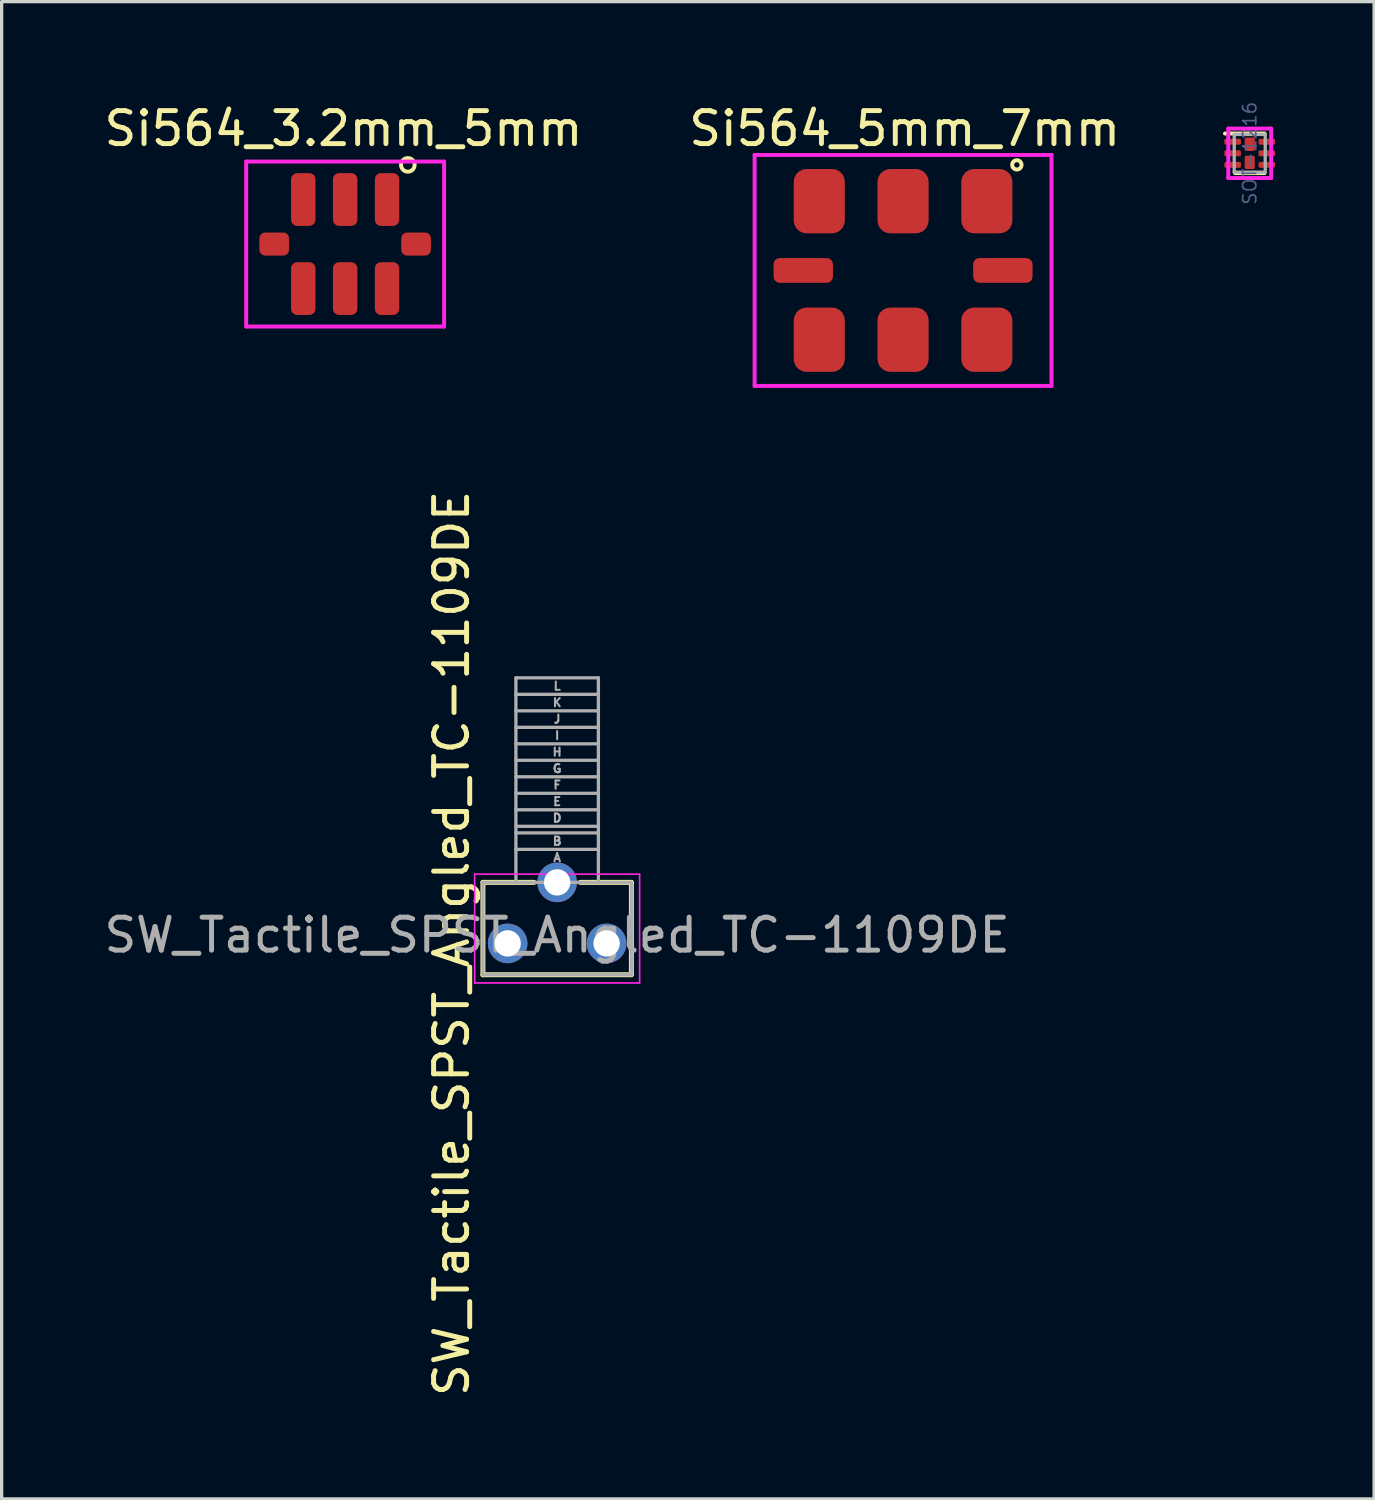
<source format=kicad_pcb>
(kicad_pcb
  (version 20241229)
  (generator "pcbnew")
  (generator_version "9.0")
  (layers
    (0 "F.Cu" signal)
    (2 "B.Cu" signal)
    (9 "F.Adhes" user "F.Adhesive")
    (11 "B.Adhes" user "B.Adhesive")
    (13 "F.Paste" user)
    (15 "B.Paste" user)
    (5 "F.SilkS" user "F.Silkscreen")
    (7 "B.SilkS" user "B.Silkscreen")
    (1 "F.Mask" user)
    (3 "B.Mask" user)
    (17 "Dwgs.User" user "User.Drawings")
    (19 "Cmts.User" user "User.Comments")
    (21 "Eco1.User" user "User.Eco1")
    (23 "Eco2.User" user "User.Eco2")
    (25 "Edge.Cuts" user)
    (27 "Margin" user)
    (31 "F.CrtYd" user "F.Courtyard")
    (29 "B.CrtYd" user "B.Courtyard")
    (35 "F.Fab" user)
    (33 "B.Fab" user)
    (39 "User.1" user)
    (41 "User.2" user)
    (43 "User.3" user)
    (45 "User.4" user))
  (footprint "Si564_3.2mm_5mm"
    (layer "F.Cu")
    (at 7.413 4.348)
    (property "Reference" "Si564_3.2mm_5mm" (at -0.05 -3.5 0) (layer "F.SilkS") (effects (font (size 1 1) (thickness 0.15))))
    (attr through_hole)
    (fp_circle (center 1.9 -2.4) (end 2.1 -2.45) (stroke (width 0.12) (type solid)) (fill no) (layer "F.SilkS"))
    (fp_line (start -3 -2.5) (end -3 2.5) (stroke (width 0.12) (type solid)) (layer "F.CrtYd"))
    (fp_line (start -3 2.5) (end 3 2.5) (stroke (width 0.12) (type solid)) (layer "F.CrtYd"))
    (fp_line (start 3 -2.5) (end -3 -2.5) (stroke (width 0.12) (type solid)) (layer "F.CrtYd"))
    (fp_line (start 3 2.5) (end 3 -2.5) (stroke (width 0.12) (type solid)) (layer "F.CrtYd"))
    (pad "1" smd roundrect (at 1.27 -1.35 90) (size 1.6 0.74) (layers "F.Cu" "F.Mask" "F.Paste") (roundrect_rratio 0.25))
    (pad "2" smd roundrect (at 0 -1.35 90) (size 1.6 0.74) (layers "F.Cu" "F.Mask" "F.Paste") (roundrect_rratio 0.25))
    (pad "3" smd roundrect (at -1.27 -1.35 90) (size 1.6 0.74) (layers "F.Cu" "F.Mask" "F.Paste") (roundrect_rratio 0.25))
    (pad "4" smd roundrect (at -1.27 1.35 90) (size 1.6 0.74) (layers "F.Cu" "F.Mask" "F.Paste") (roundrect_rratio 0.25))
    (pad "5" smd roundrect (at 0 1.35 90) (size 1.6 0.74) (layers "F.Cu" "F.Mask" "F.Paste") (roundrect_rratio 0.25))
    (pad "6" smd roundrect (at 1.27 1.35 90) (size 1.6 0.74) (layers "F.Cu" "F.Mask" "F.Paste") (roundrect_rratio 0.25))
    (pad "7" smd roundrect (at 2.15 0 180) (size 0.9 0.7) (layers "F.Cu" "F.Mask" "F.Paste") (roundrect_rratio 0.25))
    (pad "8" smd roundrect (at -2.15 0 180) (size 0.9 0.7) (layers "F.Cu" "F.Mask" "F.Paste") (roundrect_rratio 0.25)))
  (footprint "SW_Tactile_SPST_Angled_TC-1109DE"
    (layer "F.Cu")
    (at 13.839 25.548)
    (property "Reference" "SW_Tactile_SPST_Angled_TC-1109DE" (at -3.2 0 270) (layer "F.SilkS") (effects (font (size 1 1) (thickness 0.15))))
    (attr smd)
    (fp_line (start -2.25 -1.85) (end -2.25 0.95) (stroke (width 0.15) (type solid)) (layer "F.SilkS"))
    (fp_line (start -2.25 -1.85) (end -0.7 -1.85) (stroke (width 0.15) (type solid)) (layer "F.SilkS"))
    (fp_line (start 0.7 -1.85) (end 2.25 -1.85) (stroke (width 0.15) (type solid)) (layer "F.SilkS"))
    (fp_line (start 2.25 -1.85) (end 2.25 0.95) (stroke (width 0.15) (type solid)) (layer "F.SilkS"))
    (fp_line (start 2.25 0.95) (end -2.25 0.95) (stroke (width 0.15) (type solid)) (layer "F.SilkS"))
    (fp_line (start -2.5 -2.1) (end 2.5 -2.1) (stroke (width 0.05) (type solid)) (layer "F.CrtYd"))
    (fp_line (start -2.5 1.2) (end -2.5 -2.1) (stroke (width 0.05) (type solid)) (layer "F.CrtYd"))
    (fp_line (start 2.5 -2.1) (end 2.5 1.2) (stroke (width 0.05) (type solid)) (layer "F.CrtYd"))
    (fp_line (start 2.5 1.2) (end -2.5 1.2) (stroke (width 0.05) (type solid)) (layer "F.CrtYd"))
    (fp_line (start -2.25 -1.85) (end -2.25 0.95) (stroke (width 0.1) (type solid)) (layer "F.Fab"))
    (fp_line (start -2.25 -1.85) (end 2.25 -1.85) (stroke (width 0.1) (type solid)) (layer "F.Fab"))
    (fp_line (start -2.25 0.95) (end 2.25 0.95) (stroke (width 0.1) (type solid)) (layer "F.Fab"))
    (fp_line (start -1.25 -8.05) (end -1.25 -1.85) (stroke (width 0.1) (type solid)) (layer "F.Fab"))
    (fp_line (start -1.25 -8.05) (end 1.25 -8.05) (stroke (width 0.1) (type solid)) (layer "F.Fab"))
    (fp_line (start -1.25 -7.55) (end 1.25 -7.55) (stroke (width 0.1) (type solid)) (layer "F.Fab"))
    (fp_line (start -1.25 -7.05) (end 1.25 -7.05) (stroke (width 0.1) (type solid)) (layer "F.Fab"))
    (fp_line (start -1.25 -6.55) (end 1.25 -6.55) (stroke (width 0.1) (type solid)) (layer "F.Fab"))
    (fp_line (start -1.25 -6.05) (end 1.25 -6.05) (stroke (width 0.1) (type solid)) (layer "F.Fab"))
    (fp_line (start -1.25 -5.55) (end 1.25 -5.55) (stroke (width 0.1) (type solid)) (layer "F.Fab"))
    (fp_line (start -1.25 -5.05) (end 1.25 -5.05) (stroke (width 0.1) (type solid)) (layer "F.Fab"))
    (fp_line (start -1.25 -4.55) (end 1.25 -4.55) (stroke (width 0.1) (type solid)) (layer "F.Fab"))
    (fp_line (start -1.25 -4.05) (end 1.25 -4.05) (stroke (width 0.1) (type solid)) (layer "F.Fab"))
    (fp_line (start -1.25 -3.55) (end 1.25 -3.55) (stroke (width 0.1) (type solid)) (layer "F.Fab"))
    (fp_line (start -1.25 -3.35) (end 1.25 -3.35) (stroke (width 0.1) (type solid)) (layer "F.Fab"))
    (fp_line (start -1.25 -2.85) (end 1.25 -2.85) (stroke (width 0.1) (type solid)) (layer "F.Fab"))
    (fp_line (start 1.25 -8.05) (end 1.25 -1.85) (stroke (width 0.1) (type solid)) (layer "F.Fab"))
    (fp_line (start 2.25 0.95) (end 2.25 -1.85) (stroke (width 0.1) (type solid)) (layer "F.Fab"))
    (fp_text user "L" (at 0 -7.8 0) (layer "F.Fab") (effects (font (size 0.25 0.25) (thickness 0.062))))
    (fp_text user "D" (at 0 -3.8 0) (layer "F.Fab") (effects (font (size 0.25 0.25) (thickness 0.062))))
    (fp_text user "E" (at 0 -4.3 0) (layer "F.Fab") (effects (font (size 0.25 0.25) (thickness 0.062))))
    (fp_text user "H" (at 0 -5.8 0) (layer "F.Fab") (effects (font (size 0.25 0.25) (thickness 0.062))))
    (fp_text user "I" (at 0 -6.3 0) (layer "F.Fab") (effects (font (size 0.25 0.25) (thickness 0.062))))
    (fp_text user "F" (at 0 -4.8 0) (layer "F.Fab") (effects (font (size 0.25 0.25) (thickness 0.062))))
    (fp_text user "${REFERENCE}" (at 0 -0.25 0) (layer "F.Fab") (effects (font (size 1 1) (thickness 0.15))))
    (fp_text user "J" (at 0 -6.8 0) (layer "F.Fab") (effects (font (size 0.25 0.25) (thickness 0.062))))
    (fp_text user "K" (at 0 -7.3 0) (layer "F.Fab") (effects (font (size 0.25 0.25) (thickness 0.062))))
    (fp_text user "G" (at 0 -5.3 0) (layer "F.Fab") (effects (font (size 0.25 0.25) (thickness 0.062))))
    (fp_text user "B" (at 0 -3.1 0) (layer "F.Fab") (effects (font (size 0.25 0.25) (thickness 0.062))))
    (fp_text user "A" (at 0 -2.6 0) (layer "F.Fab") (effects (font (size 0.25 0.25) (thickness 0.062))))
    (pad "1" thru_hole circle (at -1.5 0) (size 1.2 1.2) (drill 0.8) (layers "*.Cu" "*.Mask"))
    (pad "2" thru_hole circle (at 1.5 0) (size 1.2 1.2) (drill 0.8) (layers "*.Cu" "*.Mask"))
    (pad "3" thru_hole circle (at 0 -1.85) (size 1.2 1.2) (drill 0.8) (layers "*.Cu" "*.Mask")))
  (footprint "SOT-1216"
    (layer "F.Cu")
    (at 34.834 1.597)
    (property "Reference" "SOT-1216" (at 0 0 90) (unlocked yes) (layer "B.Fab") (effects (font (size 0.4 0.4) (thickness 0.05))))
    (attr smd)
    (fp_line (start 0.45 -0.6) (end -0.75 -0.6) (stroke (width 0.12) (type solid)) (layer "F.SilkS"))
    (fp_line (start 0.45 0.6) (end -0.45 0.6) (stroke (width 0.12) (type solid)) (layer "F.SilkS"))
    (fp_line (start -0.65 -0.75) (end -0.65 0.75) (stroke (width 0.12) (type solid)) (layer "F.CrtYd"))
    (fp_line (start -0.65 0.75) (end 0.65 0.75) (stroke (width 0.12) (type solid)) (layer "F.CrtYd"))
    (fp_line (start 0.65 -0.75) (end -0.65 -0.75) (stroke (width 0.12) (type solid)) (layer "F.CrtYd"))
    (fp_line (start 0.65 0.75) (end 0.65 -0.75) (stroke (width 0.12) (type solid)) (layer "F.CrtYd"))
    (fp_line (start -0.47 -0.572) (end -0.47 0.572) (stroke (width 0.1) (type solid)) (layer "F.Fab"))
    (fp_line (start -0.47 0.572) (end 0.47 0.572) (stroke (width 0.1) (type solid)) (layer "F.Fab"))
    (fp_line (start 0.47 -0.572) (end -0.47 -0.572) (stroke (width 0.1) (type solid)) (layer "F.Fab"))
    (fp_line (start 0.47 0.572) (end 0.47 -0.572) (stroke (width 0.1) (type solid)) (layer "F.Fab"))
    (pad "1" smd roundrect (at -0.518 -0.35) (size 0.503 0.179) (layers "F.Cu" "F.Mask" "F.Paste") (roundrect_rratio 0.25))
    (pad "2" smd roundrect (at -0.518 0) (size 0.503 0.179) (layers "F.Cu" "F.Mask" "F.Paste") (roundrect_rratio 0.25))
    (pad "3" smd roundrect (at -0.518 0.35) (size 0.503 0.179) (layers "F.Cu" "F.Mask" "F.Paste") (roundrect_rratio 0.25))
    (pad "3" smd roundrect (at 0 0.275) (size 0.305 0.406) (layers "F.Cu" "F.Mask" "F.Paste") (roundrect_rratio 0.164))
    (pad "4" smd roundrect (at 0.518 0.35) (size 0.503 0.179) (layers "F.Cu" "F.Mask" "F.Paste") (roundrect_rratio 0.25))
    (pad "5" smd roundrect (at 0.518 0) (size 0.503 0.179) (layers "F.Cu" "F.Mask" "F.Paste") (roundrect_rratio 0.25))
    (pad "6" smd roundrect (at 0 -0.275) (size 0.305 0.406) (layers "F.Cu" "F.Mask" "F.Paste") (roundrect_rratio 0.131))
    (pad "6" smd roundrect (at 0.518 -0.35) (size 0.503 0.179) (layers "F.Cu" "F.Mask" "F.Paste") (roundrect_rratio 0.25)))
  (footprint "Si564_5mm_7mm"
    (layer "F.Cu")
    (at 24.325 5.148)
    (property "Reference" "Si564_5mm_7mm" (at 0.05 -4.3 0) (layer "F.SilkS") (effects (font (size 1 1) (thickness 0.15))))
    (attr through_hole)
    (fp_circle (center 3.45 -3.2) (end 3.55 -3.3) (stroke (width 0.12) (type solid)) (fill no) (layer "F.SilkS"))
    (fp_line (start -4.5 -3.5) (end -4.5 3.5) (stroke (width 0.12) (type solid)) (layer "F.CrtYd"))
    (fp_line (start -4.5 3.5) (end 4.5 3.5) (stroke (width 0.12) (type solid)) (layer "F.CrtYd"))
    (fp_line (start 4.5 -3.5) (end -4.5 -3.5) (stroke (width 0.12) (type solid)) (layer "F.CrtYd"))
    (fp_line (start 4.5 3.5) (end 4.5 -3.5) (stroke (width 0.12) (type solid)) (layer "F.CrtYd"))
    (pad "1" smd roundrect (at 2.54 -2.1 90) (size 1.95 1.55) (layers "F.Cu" "F.Mask" "F.Paste") (roundrect_rratio 0.25))
    (pad "2" smd roundrect (at 0 -2.1 90) (size 1.95 1.55) (layers "F.Cu" "F.Mask" "F.Paste") (roundrect_rratio 0.25))
    (pad "3" smd roundrect (at -2.54 -2.1 90) (size 1.95 1.55) (layers "F.Cu" "F.Mask" "F.Paste") (roundrect_rratio 0.25))
    (pad "4" smd roundrect (at -2.54 2.1 90) (size 1.95 1.55) (layers "F.Cu" "F.Mask" "F.Paste") (roundrect_rratio 0.25))
    (pad "5" smd roundrect (at 0 2.1 90) (size 1.95 1.55) (layers "F.Cu" "F.Mask" "F.Paste") (roundrect_rratio 0.25))
    (pad "6" smd roundrect (at 2.54 2.1 90) (size 1.95 1.55) (layers "F.Cu" "F.Mask" "F.Paste") (roundrect_rratio 0.25))
    (pad "7" smd roundrect (at 3.025 0 180) (size 1.8 0.75) (layers "F.Cu" "F.Mask" "F.Paste") (roundrect_rratio 0.25))
    (pad "8" smd roundrect (at -3.025 0 180) (size 1.8 0.75) (layers "F.Cu" "F.Mask" "F.Paste") (roundrect_rratio 0.25)))
  (gr_rect
    (start -3 -3)
    (end 38.604 42.387)
    (stroke (width 0.1) (type default))
    (fill no)
    (layer "Edge.Cuts")))
</source>
